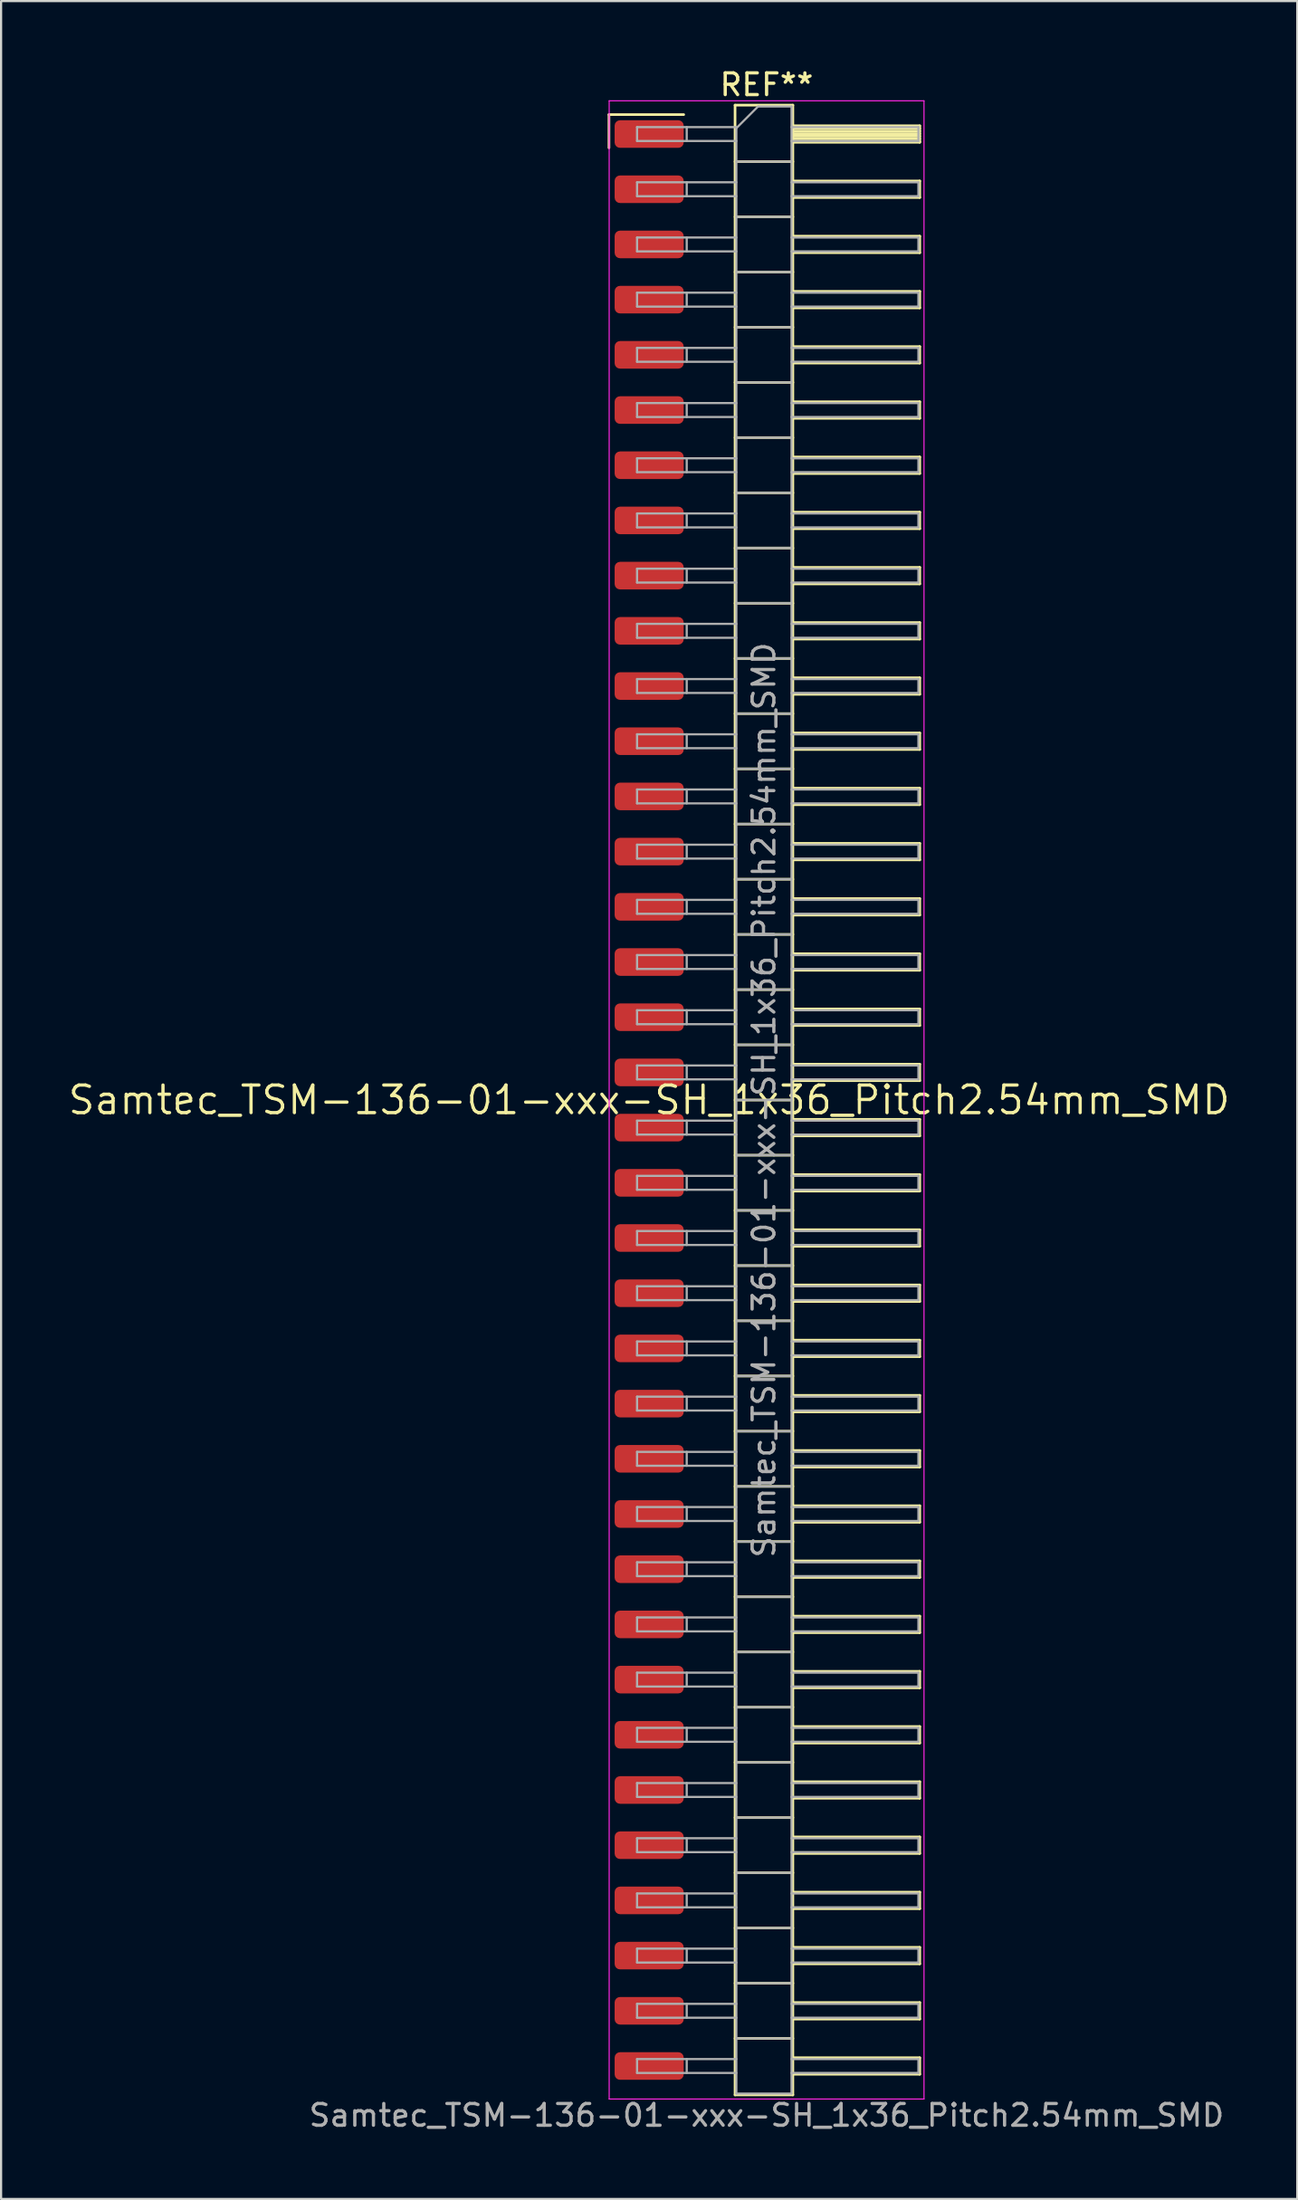
<source format=kicad_pcb>
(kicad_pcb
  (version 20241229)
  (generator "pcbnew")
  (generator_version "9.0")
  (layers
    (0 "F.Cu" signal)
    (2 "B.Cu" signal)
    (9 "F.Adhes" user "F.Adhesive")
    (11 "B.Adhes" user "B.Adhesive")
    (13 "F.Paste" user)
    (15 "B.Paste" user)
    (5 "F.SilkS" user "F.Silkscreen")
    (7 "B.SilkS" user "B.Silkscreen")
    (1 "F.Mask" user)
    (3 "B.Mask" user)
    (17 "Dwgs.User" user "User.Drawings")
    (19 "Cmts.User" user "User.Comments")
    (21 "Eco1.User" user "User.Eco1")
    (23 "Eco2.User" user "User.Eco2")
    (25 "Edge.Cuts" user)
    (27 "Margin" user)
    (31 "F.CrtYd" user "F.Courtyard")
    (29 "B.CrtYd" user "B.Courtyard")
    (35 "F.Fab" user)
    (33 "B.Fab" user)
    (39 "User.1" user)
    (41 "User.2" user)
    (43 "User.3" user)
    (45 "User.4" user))
  (footprint "Samtec_TSM-136-01-xxx-SH_1x36_Pitch2.54mm_SMD"
    (layer "F.Cu")
    (at 26.828 47.568)
    (property "Reference" "Samtec_TSM-136-01-xxx-SH_1x36_Pitch2.54mm_SMD" (at 0 0 0) (layer "F.SilkS") (effects (font (size 1.27 1.27) (thickness 0.15))))
    (attr smd)
    (fp_line (start -1.85 -45.345) (end 1.59 -45.345) (stroke (width 0.12) (type solid)) (layer "F.SilkS"))
    (fp_line (start -1.85 -43.815) (end -1.85 -45.345) (stroke (width 0.12) (type solid)) (layer "F.SilkS"))
    (fp_line (start 3.953 -45.78) (end 6.613 -45.78) (stroke (width 0.12) (type solid)) (layer "F.SilkS"))
    (fp_line (start 3.953 -43.18) (end 6.613 -43.18) (stroke (width 0.12) (type solid)) (layer "F.SilkS"))
    (fp_line (start 3.953 -40.64) (end 6.613 -40.64) (stroke (width 0.12) (type solid)) (layer "F.SilkS"))
    (fp_line (start 3.953 -38.1) (end 6.613 -38.1) (stroke (width 0.12) (type solid)) (layer "F.SilkS"))
    (fp_line (start 3.953 -35.56) (end 6.613 -35.56) (stroke (width 0.12) (type solid)) (layer "F.SilkS"))
    (fp_line (start 3.953 -33.02) (end 6.613 -33.02) (stroke (width 0.12) (type solid)) (layer "F.SilkS"))
    (fp_line (start 3.953 -30.48) (end 6.613 -30.48) (stroke (width 0.12) (type solid)) (layer "F.SilkS"))
    (fp_line (start 3.953 -27.94) (end 6.613 -27.94) (stroke (width 0.12) (type solid)) (layer "F.SilkS"))
    (fp_line (start 3.953 -25.4) (end 6.613 -25.4) (stroke (width 0.12) (type solid)) (layer "F.SilkS"))
    (fp_line (start 3.953 -22.86) (end 6.613 -22.86) (stroke (width 0.12) (type solid)) (layer "F.SilkS"))
    (fp_line (start 3.953 -20.32) (end 6.613 -20.32) (stroke (width 0.12) (type solid)) (layer "F.SilkS"))
    (fp_line (start 3.953 -17.78) (end 6.613 -17.78) (stroke (width 0.12) (type solid)) (layer "F.SilkS"))
    (fp_line (start 3.953 -15.24) (end 6.613 -15.24) (stroke (width 0.12) (type solid)) (layer "F.SilkS"))
    (fp_line (start 3.953 -12.7) (end 6.613 -12.7) (stroke (width 0.12) (type solid)) (layer "F.SilkS"))
    (fp_line (start 3.953 -10.16) (end 6.613 -10.16) (stroke (width 0.12) (type solid)) (layer "F.SilkS"))
    (fp_line (start 3.953 -7.62) (end 6.613 -7.62) (stroke (width 0.12) (type solid)) (layer "F.SilkS"))
    (fp_line (start 3.953 -5.08) (end 6.613 -5.08) (stroke (width 0.12) (type solid)) (layer "F.SilkS"))
    (fp_line (start 3.953 -2.54) (end 6.613 -2.54) (stroke (width 0.12) (type solid)) (layer "F.SilkS"))
    (fp_line (start 3.953 0) (end 6.613 0) (stroke (width 0.12) (type solid)) (layer "F.SilkS"))
    (fp_line (start 3.953 2.54) (end 6.613 2.54) (stroke (width 0.12) (type solid)) (layer "F.SilkS"))
    (fp_line (start 3.953 5.08) (end 6.613 5.08) (stroke (width 0.12) (type solid)) (layer "F.SilkS"))
    (fp_line (start 3.953 7.62) (end 6.613 7.62) (stroke (width 0.12) (type solid)) (layer "F.SilkS"))
    (fp_line (start 3.953 10.16) (end 6.613 10.16) (stroke (width 0.12) (type solid)) (layer "F.SilkS"))
    (fp_line (start 3.953 12.7) (end 6.613 12.7) (stroke (width 0.12) (type solid)) (layer "F.SilkS"))
    (fp_line (start 3.953 15.24) (end 6.613 15.24) (stroke (width 0.12) (type solid)) (layer "F.SilkS"))
    (fp_line (start 3.953 17.78) (end 6.613 17.78) (stroke (width 0.12) (type solid)) (layer "F.SilkS"))
    (fp_line (start 3.953 20.32) (end 6.613 20.32) (stroke (width 0.12) (type solid)) (layer "F.SilkS"))
    (fp_line (start 3.953 22.86) (end 6.613 22.86) (stroke (width 0.12) (type solid)) (layer "F.SilkS"))
    (fp_line (start 3.953 25.4) (end 6.613 25.4) (stroke (width 0.12) (type solid)) (layer "F.SilkS"))
    (fp_line (start 3.953 27.94) (end 6.613 27.94) (stroke (width 0.12) (type solid)) (layer "F.SilkS"))
    (fp_line (start 3.953 30.48) (end 6.613 30.48) (stroke (width 0.12) (type solid)) (layer "F.SilkS"))
    (fp_line (start 3.953 33.02) (end 6.613 33.02) (stroke (width 0.12) (type solid)) (layer "F.SilkS"))
    (fp_line (start 3.953 35.56) (end 6.613 35.56) (stroke (width 0.12) (type solid)) (layer "F.SilkS"))
    (fp_line (start 3.953 38.1) (end 6.613 38.1) (stroke (width 0.12) (type solid)) (layer "F.SilkS"))
    (fp_line (start 3.953 40.64) (end 6.613 40.64) (stroke (width 0.12) (type solid)) (layer "F.SilkS"))
    (fp_line (start 3.953 43.18) (end 6.613 43.18) (stroke (width 0.12) (type solid)) (layer "F.SilkS"))
    (fp_line (start 3.953 45.78) (end 3.953 -45.78) (stroke (width 0.12) (type solid)) (layer "F.SilkS"))
    (fp_line (start 6.613 -45.78) (end 6.613 45.78) (stroke (width 0.12) (type solid)) (layer "F.SilkS"))
    (fp_line (start 6.613 -44.83) (end 12.453 -44.83) (stroke (width 0.12) (type solid)) (layer "F.SilkS"))
    (fp_line (start 6.613 -44.71) (end 12.453 -44.71) (stroke (width 0.12) (type solid)) (layer "F.SilkS"))
    (fp_line (start 6.613 -44.59) (end 12.453 -44.59) (stroke (width 0.12) (type solid)) (layer "F.SilkS"))
    (fp_line (start 6.613 -44.47) (end 12.453 -44.47) (stroke (width 0.12) (type solid)) (layer "F.SilkS"))
    (fp_line (start 6.613 -44.35) (end 12.453 -44.35) (stroke (width 0.12) (type solid)) (layer "F.SilkS"))
    (fp_line (start 6.613 -44.23) (end 12.453 -44.23) (stroke (width 0.12) (type solid)) (layer "F.SilkS"))
    (fp_line (start 6.613 -44.11) (end 12.453 -44.11) (stroke (width 0.12) (type solid)) (layer "F.SilkS"))
    (fp_line (start 6.613 -44.07) (end 12.453 -44.07) (stroke (width 0.12) (type solid)) (layer "F.SilkS"))
    (fp_line (start 6.613 -42.29) (end 12.453 -42.29) (stroke (width 0.12) (type solid)) (layer "F.SilkS"))
    (fp_line (start 6.613 -41.53) (end 12.453 -41.53) (stroke (width 0.12) (type solid)) (layer "F.SilkS"))
    (fp_line (start 6.613 -39.75) (end 12.453 -39.75) (stroke (width 0.12) (type solid)) (layer "F.SilkS"))
    (fp_line (start 6.613 -38.99) (end 12.453 -38.99) (stroke (width 0.12) (type solid)) (layer "F.SilkS"))
    (fp_line (start 6.613 -37.21) (end 12.453 -37.21) (stroke (width 0.12) (type solid)) (layer "F.SilkS"))
    (fp_line (start 6.613 -36.45) (end 12.453 -36.45) (stroke (width 0.12) (type solid)) (layer "F.SilkS"))
    (fp_line (start 6.613 -34.67) (end 12.453 -34.67) (stroke (width 0.12) (type solid)) (layer "F.SilkS"))
    (fp_line (start 6.613 -33.91) (end 12.453 -33.91) (stroke (width 0.12) (type solid)) (layer "F.SilkS"))
    (fp_line (start 6.613 -32.13) (end 12.453 -32.13) (stroke (width 0.12) (type solid)) (layer "F.SilkS"))
    (fp_line (start 6.613 -31.37) (end 12.453 -31.37) (stroke (width 0.12) (type solid)) (layer "F.SilkS"))
    (fp_line (start 6.613 -29.59) (end 12.453 -29.59) (stroke (width 0.12) (type solid)) (layer "F.SilkS"))
    (fp_line (start 6.613 -28.83) (end 12.453 -28.83) (stroke (width 0.12) (type solid)) (layer "F.SilkS"))
    (fp_line (start 6.613 -27.05) (end 12.453 -27.05) (stroke (width 0.12) (type solid)) (layer "F.SilkS"))
    (fp_line (start 6.613 -26.29) (end 12.453 -26.29) (stroke (width 0.12) (type solid)) (layer "F.SilkS"))
    (fp_line (start 6.613 -24.51) (end 12.453 -24.51) (stroke (width 0.12) (type solid)) (layer "F.SilkS"))
    (fp_line (start 6.613 -23.75) (end 12.453 -23.75) (stroke (width 0.12) (type solid)) (layer "F.SilkS"))
    (fp_line (start 6.613 -21.97) (end 12.453 -21.97) (stroke (width 0.12) (type solid)) (layer "F.SilkS"))
    (fp_line (start 6.613 -21.21) (end 12.453 -21.21) (stroke (width 0.12) (type solid)) (layer "F.SilkS"))
    (fp_line (start 6.613 -19.43) (end 12.453 -19.43) (stroke (width 0.12) (type solid)) (layer "F.SilkS"))
    (fp_line (start 6.613 -18.67) (end 12.453 -18.67) (stroke (width 0.12) (type solid)) (layer "F.SilkS"))
    (fp_line (start 6.613 -16.89) (end 12.453 -16.89) (stroke (width 0.12) (type solid)) (layer "F.SilkS"))
    (fp_line (start 6.613 -16.13) (end 12.453 -16.13) (stroke (width 0.12) (type solid)) (layer "F.SilkS"))
    (fp_line (start 6.613 -14.35) (end 12.453 -14.35) (stroke (width 0.12) (type solid)) (layer "F.SilkS"))
    (fp_line (start 6.613 -13.59) (end 12.453 -13.59) (stroke (width 0.12) (type solid)) (layer "F.SilkS"))
    (fp_line (start 6.613 -11.81) (end 12.453 -11.81) (stroke (width 0.12) (type solid)) (layer "F.SilkS"))
    (fp_line (start 6.613 -11.05) (end 12.453 -11.05) (stroke (width 0.12) (type solid)) (layer "F.SilkS"))
    (fp_line (start 6.613 -9.27) (end 12.453 -9.27) (stroke (width 0.12) (type solid)) (layer "F.SilkS"))
    (fp_line (start 6.613 -8.51) (end 12.453 -8.51) (stroke (width 0.12) (type solid)) (layer "F.SilkS"))
    (fp_line (start 6.613 -6.73) (end 12.453 -6.73) (stroke (width 0.12) (type solid)) (layer "F.SilkS"))
    (fp_line (start 6.613 -5.97) (end 12.453 -5.97) (stroke (width 0.12) (type solid)) (layer "F.SilkS"))
    (fp_line (start 6.613 -4.19) (end 12.453 -4.19) (stroke (width 0.12) (type solid)) (layer "F.SilkS"))
    (fp_line (start 6.613 -3.43) (end 12.453 -3.43) (stroke (width 0.12) (type solid)) (layer "F.SilkS"))
    (fp_line (start 6.613 -1.65) (end 12.453 -1.65) (stroke (width 0.12) (type solid)) (layer "F.SilkS"))
    (fp_line (start 6.613 -0.89) (end 12.453 -0.89) (stroke (width 0.12) (type solid)) (layer "F.SilkS"))
    (fp_line (start 6.613 0.89) (end 12.453 0.89) (stroke (width 0.12) (type solid)) (layer "F.SilkS"))
    (fp_line (start 6.613 1.65) (end 12.453 1.65) (stroke (width 0.12) (type solid)) (layer "F.SilkS"))
    (fp_line (start 6.613 3.43) (end 12.453 3.43) (stroke (width 0.12) (type solid)) (layer "F.SilkS"))
    (fp_line (start 6.613 4.19) (end 12.453 4.19) (stroke (width 0.12) (type solid)) (layer "F.SilkS"))
    (fp_line (start 6.613 5.97) (end 12.453 5.97) (stroke (width 0.12) (type solid)) (layer "F.SilkS"))
    (fp_line (start 6.613 6.73) (end 12.453 6.73) (stroke (width 0.12) (type solid)) (layer "F.SilkS"))
    (fp_line (start 6.613 8.51) (end 12.453 8.51) (stroke (width 0.12) (type solid)) (layer "F.SilkS"))
    (fp_line (start 6.613 9.27) (end 12.453 9.27) (stroke (width 0.12) (type solid)) (layer "F.SilkS"))
    (fp_line (start 6.613 11.05) (end 12.453 11.05) (stroke (width 0.12) (type solid)) (layer "F.SilkS"))
    (fp_line (start 6.613 11.81) (end 12.453 11.81) (stroke (width 0.12) (type solid)) (layer "F.SilkS"))
    (fp_line (start 6.613 13.59) (end 12.453 13.59) (stroke (width 0.12) (type solid)) (layer "F.SilkS"))
    (fp_line (start 6.613 14.35) (end 12.453 14.35) (stroke (width 0.12) (type solid)) (layer "F.SilkS"))
    (fp_line (start 6.613 16.13) (end 12.453 16.13) (stroke (width 0.12) (type solid)) (layer "F.SilkS"))
    (fp_line (start 6.613 16.89) (end 12.453 16.89) (stroke (width 0.12) (type solid)) (layer "F.SilkS"))
    (fp_line (start 6.613 18.67) (end 12.453 18.67) (stroke (width 0.12) (type solid)) (layer "F.SilkS"))
    (fp_line (start 6.613 19.43) (end 12.453 19.43) (stroke (width 0.12) (type solid)) (layer "F.SilkS"))
    (fp_line (start 6.613 21.21) (end 12.453 21.21) (stroke (width 0.12) (type solid)) (layer "F.SilkS"))
    (fp_line (start 6.613 21.97) (end 12.453 21.97) (stroke (width 0.12) (type solid)) (layer "F.SilkS"))
    (fp_line (start 6.613 23.75) (end 12.453 23.75) (stroke (width 0.12) (type solid)) (layer "F.SilkS"))
    (fp_line (start 6.613 24.51) (end 12.453 24.51) (stroke (width 0.12) (type solid)) (layer "F.SilkS"))
    (fp_line (start 6.613 26.29) (end 12.453 26.29) (stroke (width 0.12) (type solid)) (layer "F.SilkS"))
    (fp_line (start 6.613 27.05) (end 12.453 27.05) (stroke (width 0.12) (type solid)) (layer "F.SilkS"))
    (fp_line (start 6.613 28.83) (end 12.453 28.83) (stroke (width 0.12) (type solid)) (layer "F.SilkS"))
    (fp_line (start 6.613 29.59) (end 12.453 29.59) (stroke (width 0.12) (type solid)) (layer "F.SilkS"))
    (fp_line (start 6.613 31.37) (end 12.453 31.37) (stroke (width 0.12) (type solid)) (layer "F.SilkS"))
    (fp_line (start 6.613 32.13) (end 12.453 32.13) (stroke (width 0.12) (type solid)) (layer "F.SilkS"))
    (fp_line (start 6.613 33.91) (end 12.453 33.91) (stroke (width 0.12) (type solid)) (layer "F.SilkS"))
    (fp_line (start 6.613 34.67) (end 12.453 34.67) (stroke (width 0.12) (type solid)) (layer "F.SilkS"))
    (fp_line (start 6.613 36.45) (end 12.453 36.45) (stroke (width 0.12) (type solid)) (layer "F.SilkS"))
    (fp_line (start 6.613 37.21) (end 12.453 37.21) (stroke (width 0.12) (type solid)) (layer "F.SilkS"))
    (fp_line (start 6.613 38.99) (end 12.453 38.99) (stroke (width 0.12) (type solid)) (layer "F.SilkS"))
    (fp_line (start 6.613 39.75) (end 12.453 39.75) (stroke (width 0.12) (type solid)) (layer "F.SilkS"))
    (fp_line (start 6.613 41.53) (end 12.453 41.53) (stroke (width 0.12) (type solid)) (layer "F.SilkS"))
    (fp_line (start 6.613 42.29) (end 12.453 42.29) (stroke (width 0.12) (type solid)) (layer "F.SilkS"))
    (fp_line (start 6.613 44.07) (end 12.453 44.07) (stroke (width 0.12) (type solid)) (layer "F.SilkS"))
    (fp_line (start 6.613 44.83) (end 12.453 44.83) (stroke (width 0.12) (type solid)) (layer "F.SilkS"))
    (fp_line (start 6.613 45.78) (end 3.953 45.78) (stroke (width 0.12) (type solid)) (layer "F.SilkS"))
    (fp_line (start 12.453 -44.83) (end 12.453 -44.07) (stroke (width 0.12) (type solid)) (layer "F.SilkS"))
    (fp_line (start 12.453 -42.29) (end 12.453 -41.53) (stroke (width 0.12) (type solid)) (layer "F.SilkS"))
    (fp_line (start 12.453 -39.75) (end 12.453 -38.99) (stroke (width 0.12) (type solid)) (layer "F.SilkS"))
    (fp_line (start 12.453 -37.21) (end 12.453 -36.45) (stroke (width 0.12) (type solid)) (layer "F.SilkS"))
    (fp_line (start 12.453 -34.67) (end 12.453 -33.91) (stroke (width 0.12) (type solid)) (layer "F.SilkS"))
    (fp_line (start 12.453 -32.13) (end 12.453 -31.37) (stroke (width 0.12) (type solid)) (layer "F.SilkS"))
    (fp_line (start 12.453 -29.59) (end 12.453 -28.83) (stroke (width 0.12) (type solid)) (layer "F.SilkS"))
    (fp_line (start 12.453 -27.05) (end 12.453 -26.29) (stroke (width 0.12) (type solid)) (layer "F.SilkS"))
    (fp_line (start 12.453 -24.51) (end 12.453 -23.75) (stroke (width 0.12) (type solid)) (layer "F.SilkS"))
    (fp_line (start 12.453 -21.97) (end 12.453 -21.21) (stroke (width 0.12) (type solid)) (layer "F.SilkS"))
    (fp_line (start 12.453 -19.43) (end 12.453 -18.67) (stroke (width 0.12) (type solid)) (layer "F.SilkS"))
    (fp_line (start 12.453 -16.89) (end 12.453 -16.13) (stroke (width 0.12) (type solid)) (layer "F.SilkS"))
    (fp_line (start 12.453 -14.35) (end 12.453 -13.59) (stroke (width 0.12) (type solid)) (layer "F.SilkS"))
    (fp_line (start 12.453 -11.81) (end 12.453 -11.05) (stroke (width 0.12) (type solid)) (layer "F.SilkS"))
    (fp_line (start 12.453 -9.27) (end 12.453 -8.51) (stroke (width 0.12) (type solid)) (layer "F.SilkS"))
    (fp_line (start 12.453 -6.73) (end 12.453 -5.97) (stroke (width 0.12) (type solid)) (layer "F.SilkS"))
    (fp_line (start 12.453 -4.19) (end 12.453 -3.43) (stroke (width 0.12) (type solid)) (layer "F.SilkS"))
    (fp_line (start 12.453 -1.65) (end 12.453 -0.89) (stroke (width 0.12) (type solid)) (layer "F.SilkS"))
    (fp_line (start 12.453 0.89) (end 12.453 1.65) (stroke (width 0.12) (type solid)) (layer "F.SilkS"))
    (fp_line (start 12.453 3.43) (end 12.453 4.19) (stroke (width 0.12) (type solid)) (layer "F.SilkS"))
    (fp_line (start 12.453 5.97) (end 12.453 6.73) (stroke (width 0.12) (type solid)) (layer "F.SilkS"))
    (fp_line (start 12.453 8.51) (end 12.453 9.27) (stroke (width 0.12) (type solid)) (layer "F.SilkS"))
    (fp_line (start 12.453 11.05) (end 12.453 11.81) (stroke (width 0.12) (type solid)) (layer "F.SilkS"))
    (fp_line (start 12.453 13.59) (end 12.453 14.35) (stroke (width 0.12) (type solid)) (layer "F.SilkS"))
    (fp_line (start 12.453 16.13) (end 12.453 16.89) (stroke (width 0.12) (type solid)) (layer "F.SilkS"))
    (fp_line (start 12.453 18.67) (end 12.453 19.43) (stroke (width 0.12) (type solid)) (layer "F.SilkS"))
    (fp_line (start 12.453 21.21) (end 12.453 21.97) (stroke (width 0.12) (type solid)) (layer "F.SilkS"))
    (fp_line (start 12.453 23.75) (end 12.453 24.51) (stroke (width 0.12) (type solid)) (layer "F.SilkS"))
    (fp_line (start 12.453 26.29) (end 12.453 27.05) (stroke (width 0.12) (type solid)) (layer "F.SilkS"))
    (fp_line (start 12.453 28.83) (end 12.453 29.59) (stroke (width 0.12) (type solid)) (layer "F.SilkS"))
    (fp_line (start 12.453 31.37) (end 12.453 32.13) (stroke (width 0.12) (type solid)) (layer "F.SilkS"))
    (fp_line (start 12.453 33.91) (end 12.453 34.67) (stroke (width 0.12) (type solid)) (layer "F.SilkS"))
    (fp_line (start 12.453 36.45) (end 12.453 37.21) (stroke (width 0.12) (type solid)) (layer "F.SilkS"))
    (fp_line (start 12.453 38.99) (end 12.453 39.75) (stroke (width 0.12) (type solid)) (layer "F.SilkS"))
    (fp_line (start 12.453 41.53) (end 12.453 42.29) (stroke (width 0.12) (type solid)) (layer "F.SilkS"))
    (fp_line (start 12.453 44.07) (end 12.453 44.83) (stroke (width 0.12) (type solid)) (layer "F.SilkS"))
    (fp_line (start -1.84 -45.98) (end 12.65 -45.98) (stroke (width 0.05) (type solid)) (layer "F.CrtYd"))
    (fp_line (start -1.84 45.97) (end -1.84 -45.98) (stroke (width 0.05) (type solid)) (layer "F.CrtYd"))
    (fp_line (start 12.65 -45.98) (end 12.65 45.97) (stroke (width 0.05) (type solid)) (layer "F.CrtYd"))
    (fp_line (start 12.65 45.97) (end -1.84 45.97) (stroke (width 0.05) (type solid)) (layer "F.CrtYd"))
    (fp_line (start -0.557 -44.77) (end -0.557 -44.13) (stroke (width 0.1) (type solid)) (layer "F.Fab"))
    (fp_line (start -0.557 -44.77) (end 4.013 -44.77) (stroke (width 0.1) (type solid)) (layer "F.Fab"))
    (fp_line (start -0.557 -44.13) (end 4.013 -44.13) (stroke (width 0.1) (type solid)) (layer "F.Fab"))
    (fp_line (start -0.557 -42.23) (end -0.557 -41.59) (stroke (width 0.1) (type solid)) (layer "F.Fab"))
    (fp_line (start -0.557 -42.23) (end 4.013 -42.23) (stroke (width 0.1) (type solid)) (layer "F.Fab"))
    (fp_line (start -0.557 -41.59) (end 4.013 -41.59) (stroke (width 0.1) (type solid)) (layer "F.Fab"))
    (fp_line (start -0.557 -39.69) (end -0.557 -39.05) (stroke (width 0.1) (type solid)) (layer "F.Fab"))
    (fp_line (start -0.557 -39.69) (end 4.013 -39.69) (stroke (width 0.1) (type solid)) (layer "F.Fab"))
    (fp_line (start -0.557 -39.05) (end 4.013 -39.05) (stroke (width 0.1) (type solid)) (layer "F.Fab"))
    (fp_line (start -0.557 -37.15) (end -0.557 -36.51) (stroke (width 0.1) (type solid)) (layer "F.Fab"))
    (fp_line (start -0.557 -37.15) (end 4.013 -37.15) (stroke (width 0.1) (type solid)) (layer "F.Fab"))
    (fp_line (start -0.557 -36.51) (end 4.013 -36.51) (stroke (width 0.1) (type solid)) (layer "F.Fab"))
    (fp_line (start -0.557 -34.61) (end -0.557 -33.97) (stroke (width 0.1) (type solid)) (layer "F.Fab"))
    (fp_line (start -0.557 -34.61) (end 4.013 -34.61) (stroke (width 0.1) (type solid)) (layer "F.Fab"))
    (fp_line (start -0.557 -33.97) (end 4.013 -33.97) (stroke (width 0.1) (type solid)) (layer "F.Fab"))
    (fp_line (start -0.557 -32.07) (end -0.557 -31.43) (stroke (width 0.1) (type solid)) (layer "F.Fab"))
    (fp_line (start -0.557 -32.07) (end 4.013 -32.07) (stroke (width 0.1) (type solid)) (layer "F.Fab"))
    (fp_line (start -0.557 -31.43) (end 4.013 -31.43) (stroke (width 0.1) (type solid)) (layer "F.Fab"))
    (fp_line (start -0.557 -29.53) (end -0.557 -28.89) (stroke (width 0.1) (type solid)) (layer "F.Fab"))
    (fp_line (start -0.557 -29.53) (end 4.013 -29.53) (stroke (width 0.1) (type solid)) (layer "F.Fab"))
    (fp_line (start -0.557 -28.89) (end 4.013 -28.89) (stroke (width 0.1) (type solid)) (layer "F.Fab"))
    (fp_line (start -0.557 -26.99) (end -0.557 -26.35) (stroke (width 0.1) (type solid)) (layer "F.Fab"))
    (fp_line (start -0.557 -26.99) (end 4.013 -26.99) (stroke (width 0.1) (type solid)) (layer "F.Fab"))
    (fp_line (start -0.557 -26.35) (end 4.013 -26.35) (stroke (width 0.1) (type solid)) (layer "F.Fab"))
    (fp_line (start -0.557 -24.45) (end -0.557 -23.81) (stroke (width 0.1) (type solid)) (layer "F.Fab"))
    (fp_line (start -0.557 -24.45) (end 4.013 -24.45) (stroke (width 0.1) (type solid)) (layer "F.Fab"))
    (fp_line (start -0.557 -23.81) (end 4.013 -23.81) (stroke (width 0.1) (type solid)) (layer "F.Fab"))
    (fp_line (start -0.557 -21.91) (end -0.557 -21.27) (stroke (width 0.1) (type solid)) (layer "F.Fab"))
    (fp_line (start -0.557 -21.91) (end 4.013 -21.91) (stroke (width 0.1) (type solid)) (layer "F.Fab"))
    (fp_line (start -0.557 -21.27) (end 4.013 -21.27) (stroke (width 0.1) (type solid)) (layer "F.Fab"))
    (fp_line (start -0.557 -19.37) (end -0.557 -18.73) (stroke (width 0.1) (type solid)) (layer "F.Fab"))
    (fp_line (start -0.557 -19.37) (end 4.013 -19.37) (stroke (width 0.1) (type solid)) (layer "F.Fab"))
    (fp_line (start -0.557 -18.73) (end 4.013 -18.73) (stroke (width 0.1) (type solid)) (layer "F.Fab"))
    (fp_line (start -0.557 -16.83) (end -0.557 -16.19) (stroke (width 0.1) (type solid)) (layer "F.Fab"))
    (fp_line (start -0.557 -16.83) (end 4.013 -16.83) (stroke (width 0.1) (type solid)) (layer "F.Fab"))
    (fp_line (start -0.557 -16.19) (end 4.013 -16.19) (stroke (width 0.1) (type solid)) (layer "F.Fab"))
    (fp_line (start -0.557 -14.29) (end -0.557 -13.65) (stroke (width 0.1) (type solid)) (layer "F.Fab"))
    (fp_line (start -0.557 -14.29) (end 4.013 -14.29) (stroke (width 0.1) (type solid)) (layer "F.Fab"))
    (fp_line (start -0.557 -13.65) (end 4.013 -13.65) (stroke (width 0.1) (type solid)) (layer "F.Fab"))
    (fp_line (start -0.557 -11.75) (end -0.557 -11.11) (stroke (width 0.1) (type solid)) (layer "F.Fab"))
    (fp_line (start -0.557 -11.75) (end 4.013 -11.75) (stroke (width 0.1) (type solid)) (layer "F.Fab"))
    (fp_line (start -0.557 -11.11) (end 4.013 -11.11) (stroke (width 0.1) (type solid)) (layer "F.Fab"))
    (fp_line (start -0.557 -9.21) (end -0.557 -8.57) (stroke (width 0.1) (type solid)) (layer "F.Fab"))
    (fp_line (start -0.557 -9.21) (end 4.013 -9.21) (stroke (width 0.1) (type solid)) (layer "F.Fab"))
    (fp_line (start -0.557 -8.57) (end 4.013 -8.57) (stroke (width 0.1) (type solid)) (layer "F.Fab"))
    (fp_line (start -0.557 -6.67) (end -0.557 -6.03) (stroke (width 0.1) (type solid)) (layer "F.Fab"))
    (fp_line (start -0.557 -6.67) (end 4.013 -6.67) (stroke (width 0.1) (type solid)) (layer "F.Fab"))
    (fp_line (start -0.557 -6.03) (end 4.013 -6.03) (stroke (width 0.1) (type solid)) (layer "F.Fab"))
    (fp_line (start -0.557 -4.13) (end -0.557 -3.49) (stroke (width 0.1) (type solid)) (layer "F.Fab"))
    (fp_line (start -0.557 -4.13) (end 4.013 -4.13) (stroke (width 0.1) (type solid)) (layer "F.Fab"))
    (fp_line (start -0.557 -3.49) (end 4.013 -3.49) (stroke (width 0.1) (type solid)) (layer "F.Fab"))
    (fp_line (start -0.557 -1.59) (end -0.557 -0.95) (stroke (width 0.1) (type solid)) (layer "F.Fab"))
    (fp_line (start -0.557 -1.59) (end 4.013 -1.59) (stroke (width 0.1) (type solid)) (layer "F.Fab"))
    (fp_line (start -0.557 -0.95) (end 4.013 -0.95) (stroke (width 0.1) (type solid)) (layer "F.Fab"))
    (fp_line (start -0.557 0.95) (end -0.557 1.59) (stroke (width 0.1) (type solid)) (layer "F.Fab"))
    (fp_line (start -0.557 0.95) (end 4.013 0.95) (stroke (width 0.1) (type solid)) (layer "F.Fab"))
    (fp_line (start -0.557 1.59) (end 4.013 1.59) (stroke (width 0.1) (type solid)) (layer "F.Fab"))
    (fp_line (start -0.557 3.49) (end -0.557 4.13) (stroke (width 0.1) (type solid)) (layer "F.Fab"))
    (fp_line (start -0.557 3.49) (end 4.013 3.49) (stroke (width 0.1) (type solid)) (layer "F.Fab"))
    (fp_line (start -0.557 4.13) (end 4.013 4.13) (stroke (width 0.1) (type solid)) (layer "F.Fab"))
    (fp_line (start -0.557 6.03) (end -0.557 6.67) (stroke (width 0.1) (type solid)) (layer "F.Fab"))
    (fp_line (start -0.557 6.03) (end 4.013 6.03) (stroke (width 0.1) (type solid)) (layer "F.Fab"))
    (fp_line (start -0.557 6.67) (end 4.013 6.67) (stroke (width 0.1) (type solid)) (layer "F.Fab"))
    (fp_line (start -0.557 8.57) (end -0.557 9.21) (stroke (width 0.1) (type solid)) (layer "F.Fab"))
    (fp_line (start -0.557 8.57) (end 4.013 8.57) (stroke (width 0.1) (type solid)) (layer "F.Fab"))
    (fp_line (start -0.557 9.21) (end 4.013 9.21) (stroke (width 0.1) (type solid)) (layer "F.Fab"))
    (fp_line (start -0.557 11.11) (end -0.557 11.75) (stroke (width 0.1) (type solid)) (layer "F.Fab"))
    (fp_line (start -0.557 11.11) (end 4.013 11.11) (stroke (width 0.1) (type solid)) (layer "F.Fab"))
    (fp_line (start -0.557 11.75) (end 4.013 11.75) (stroke (width 0.1) (type solid)) (layer "F.Fab"))
    (fp_line (start -0.557 13.65) (end -0.557 14.29) (stroke (width 0.1) (type solid)) (layer "F.Fab"))
    (fp_line (start -0.557 13.65) (end 4.013 13.65) (stroke (width 0.1) (type solid)) (layer "F.Fab"))
    (fp_line (start -0.557 14.29) (end 4.013 14.29) (stroke (width 0.1) (type solid)) (layer "F.Fab"))
    (fp_line (start -0.557 16.19) (end -0.557 16.83) (stroke (width 0.1) (type solid)) (layer "F.Fab"))
    (fp_line (start -0.557 16.19) (end 4.013 16.19) (stroke (width 0.1) (type solid)) (layer "F.Fab"))
    (fp_line (start -0.557 16.83) (end 4.013 16.83) (stroke (width 0.1) (type solid)) (layer "F.Fab"))
    (fp_line (start -0.557 18.73) (end -0.557 19.37) (stroke (width 0.1) (type solid)) (layer "F.Fab"))
    (fp_line (start -0.557 18.73) (end 4.013 18.73) (stroke (width 0.1) (type solid)) (layer "F.Fab"))
    (fp_line (start -0.557 19.37) (end 4.013 19.37) (stroke (width 0.1) (type solid)) (layer "F.Fab"))
    (fp_line (start -0.557 21.27) (end -0.557 21.91) (stroke (width 0.1) (type solid)) (layer "F.Fab"))
    (fp_line (start -0.557 21.27) (end 4.013 21.27) (stroke (width 0.1) (type solid)) (layer "F.Fab"))
    (fp_line (start -0.557 21.91) (end 4.013 21.91) (stroke (width 0.1) (type solid)) (layer "F.Fab"))
    (fp_line (start -0.557 23.81) (end -0.557 24.45) (stroke (width 0.1) (type solid)) (layer "F.Fab"))
    (fp_line (start -0.557 23.81) (end 4.013 23.81) (stroke (width 0.1) (type solid)) (layer "F.Fab"))
    (fp_line (start -0.557 24.45) (end 4.013 24.45) (stroke (width 0.1) (type solid)) (layer "F.Fab"))
    (fp_line (start -0.557 26.35) (end -0.557 26.99) (stroke (width 0.1) (type solid)) (layer "F.Fab"))
    (fp_line (start -0.557 26.35) (end 4.013 26.35) (stroke (width 0.1) (type solid)) (layer "F.Fab"))
    (fp_line (start -0.557 26.99) (end 4.013 26.99) (stroke (width 0.1) (type solid)) (layer "F.Fab"))
    (fp_line (start -0.557 28.89) (end -0.557 29.53) (stroke (width 0.1) (type solid)) (layer "F.Fab"))
    (fp_line (start -0.557 28.89) (end 4.013 28.89) (stroke (width 0.1) (type solid)) (layer "F.Fab"))
    (fp_line (start -0.557 29.53) (end 4.013 29.53) (stroke (width 0.1) (type solid)) (layer "F.Fab"))
    (fp_line (start -0.557 31.43) (end -0.557 32.07) (stroke (width 0.1) (type solid)) (layer "F.Fab"))
    (fp_line (start -0.557 31.43) (end 4.013 31.43) (stroke (width 0.1) (type solid)) (layer "F.Fab"))
    (fp_line (start -0.557 32.07) (end 4.013 32.07) (stroke (width 0.1) (type solid)) (layer "F.Fab"))
    (fp_line (start -0.557 33.97) (end -0.557 34.61) (stroke (width 0.1) (type solid)) (layer "F.Fab"))
    (fp_line (start -0.557 33.97) (end 4.013 33.97) (stroke (width 0.1) (type solid)) (layer "F.Fab"))
    (fp_line (start -0.557 34.61) (end 4.013 34.61) (stroke (width 0.1) (type solid)) (layer "F.Fab"))
    (fp_line (start -0.557 36.51) (end -0.557 37.15) (stroke (width 0.1) (type solid)) (layer "F.Fab"))
    (fp_line (start -0.557 36.51) (end 4.013 36.51) (stroke (width 0.1) (type solid)) (layer "F.Fab"))
    (fp_line (start -0.557 37.15) (end 4.013 37.15) (stroke (width 0.1) (type solid)) (layer "F.Fab"))
    (fp_line (start -0.557 39.05) (end -0.557 39.69) (stroke (width 0.1) (type solid)) (layer "F.Fab"))
    (fp_line (start -0.557 39.05) (end 4.013 39.05) (stroke (width 0.1) (type solid)) (layer "F.Fab"))
    (fp_line (start -0.557 39.69) (end 4.013 39.69) (stroke (width 0.1) (type solid)) (layer "F.Fab"))
    (fp_line (start -0.557 41.59) (end -0.557 42.23) (stroke (width 0.1) (type solid)) (layer "F.Fab"))
    (fp_line (start -0.557 41.59) (end 4.013 41.59) (stroke (width 0.1) (type solid)) (layer "F.Fab"))
    (fp_line (start -0.557 42.23) (end 4.013 42.23) (stroke (width 0.1) (type solid)) (layer "F.Fab"))
    (fp_line (start -0.557 44.13) (end -0.557 44.77) (stroke (width 0.1) (type solid)) (layer "F.Fab"))
    (fp_line (start -0.557 44.13) (end 4.013 44.13) (stroke (width 0.1) (type solid)) (layer "F.Fab"))
    (fp_line (start -0.557 44.77) (end 4.013 44.77) (stroke (width 0.1) (type solid)) (layer "F.Fab"))
    (fp_line (start 1.728 -44.77) (end 1.728 -44.13) (stroke (width 0.1) (type solid)) (layer "F.Fab"))
    (fp_line (start 1.728 -42.23) (end 1.728 -41.59) (stroke (width 0.1) (type solid)) (layer "F.Fab"))
    (fp_line (start 1.728 -39.69) (end 1.728 -39.05) (stroke (width 0.1) (type solid)) (layer "F.Fab"))
    (fp_line (start 1.728 -37.15) (end 1.728 -36.51) (stroke (width 0.1) (type solid)) (layer "F.Fab"))
    (fp_line (start 1.728 -34.61) (end 1.728 -33.97) (stroke (width 0.1) (type solid)) (layer "F.Fab"))
    (fp_line (start 1.728 -32.07) (end 1.728 -31.43) (stroke (width 0.1) (type solid)) (layer "F.Fab"))
    (fp_line (start 1.728 -29.53) (end 1.728 -28.89) (stroke (width 0.1) (type solid)) (layer "F.Fab"))
    (fp_line (start 1.728 -26.99) (end 1.728 -26.35) (stroke (width 0.1) (type solid)) (layer "F.Fab"))
    (fp_line (start 1.728 -24.45) (end 1.728 -23.81) (stroke (width 0.1) (type solid)) (layer "F.Fab"))
    (fp_line (start 1.728 -21.91) (end 1.728 -21.27) (stroke (width 0.1) (type solid)) (layer "F.Fab"))
    (fp_line (start 1.728 -19.37) (end 1.728 -18.73) (stroke (width 0.1) (type solid)) (layer "F.Fab"))
    (fp_line (start 1.728 -16.83) (end 1.728 -16.19) (stroke (width 0.1) (type solid)) (layer "F.Fab"))
    (fp_line (start 1.728 -14.29) (end 1.728 -13.65) (stroke (width 0.1) (type solid)) (layer "F.Fab"))
    (fp_line (start 1.728 -11.75) (end 1.728 -11.11) (stroke (width 0.1) (type solid)) (layer "F.Fab"))
    (fp_line (start 1.728 -9.21) (end 1.728 -8.57) (stroke (width 0.1) (type solid)) (layer "F.Fab"))
    (fp_line (start 1.728 -6.67) (end 1.728 -6.03) (stroke (width 0.1) (type solid)) (layer "F.Fab"))
    (fp_line (start 1.728 -4.13) (end 1.728 -3.49) (stroke (width 0.1) (type solid)) (layer "F.Fab"))
    (fp_line (start 1.728 -1.59) (end 1.728 -0.95) (stroke (width 0.1) (type solid)) (layer "F.Fab"))
    (fp_line (start 1.728 0.95) (end 1.728 1.59) (stroke (width 0.1) (type solid)) (layer "F.Fab"))
    (fp_line (start 1.728 3.49) (end 1.728 4.13) (stroke (width 0.1) (type solid)) (layer "F.Fab"))
    (fp_line (start 1.728 6.03) (end 1.728 6.67) (stroke (width 0.1) (type solid)) (layer "F.Fab"))
    (fp_line (start 1.728 8.57) (end 1.728 9.21) (stroke (width 0.1) (type solid)) (layer "F.Fab"))
    (fp_line (start 1.728 11.11) (end 1.728 11.75) (stroke (width 0.1) (type solid)) (layer "F.Fab"))
    (fp_line (start 1.728 13.65) (end 1.728 14.29) (stroke (width 0.1) (type solid)) (layer "F.Fab"))
    (fp_line (start 1.728 16.19) (end 1.728 16.83) (stroke (width 0.1) (type solid)) (layer "F.Fab"))
    (fp_line (start 1.728 18.73) (end 1.728 19.37) (stroke (width 0.1) (type solid)) (layer "F.Fab"))
    (fp_line (start 1.728 21.27) (end 1.728 21.91) (stroke (width 0.1) (type solid)) (layer "F.Fab"))
    (fp_line (start 1.728 23.81) (end 1.728 24.45) (stroke (width 0.1) (type solid)) (layer "F.Fab"))
    (fp_line (start 1.728 26.35) (end 1.728 26.99) (stroke (width 0.1) (type solid)) (layer "F.Fab"))
    (fp_line (start 1.728 28.89) (end 1.728 29.53) (stroke (width 0.1) (type solid)) (layer "F.Fab"))
    (fp_line (start 1.728 31.43) (end 1.728 32.07) (stroke (width 0.1) (type solid)) (layer "F.Fab"))
    (fp_line (start 1.728 33.97) (end 1.728 34.61) (stroke (width 0.1) (type solid)) (layer "F.Fab"))
    (fp_line (start 1.728 36.51) (end 1.728 37.15) (stroke (width 0.1) (type solid)) (layer "F.Fab"))
    (fp_line (start 1.728 39.05) (end 1.728 39.69) (stroke (width 0.1) (type solid)) (layer "F.Fab"))
    (fp_line (start 1.728 41.59) (end 1.728 42.23) (stroke (width 0.1) (type solid)) (layer "F.Fab"))
    (fp_line (start 1.728 44.13) (end 1.728 44.77) (stroke (width 0.1) (type solid)) (layer "F.Fab"))
    (fp_line (start 4.013 -44.72) (end 5.013 -45.72) (stroke (width 0.1) (type solid)) (layer "F.Fab"))
    (fp_line (start 4.013 -43.18) (end 6.553 -43.18) (stroke (width 0.1) (type solid)) (layer "F.Fab"))
    (fp_line (start 4.013 -40.64) (end 6.553 -40.64) (stroke (width 0.1) (type solid)) (layer "F.Fab"))
    (fp_line (start 4.013 -38.1) (end 6.553 -38.1) (stroke (width 0.1) (type solid)) (layer "F.Fab"))
    (fp_line (start 4.013 -35.56) (end 6.553 -35.56) (stroke (width 0.1) (type solid)) (layer "F.Fab"))
    (fp_line (start 4.013 -33.02) (end 6.553 -33.02) (stroke (width 0.1) (type solid)) (layer "F.Fab"))
    (fp_line (start 4.013 -30.48) (end 6.553 -30.48) (stroke (width 0.1) (type solid)) (layer "F.Fab"))
    (fp_line (start 4.013 -27.94) (end 6.553 -27.94) (stroke (width 0.1) (type solid)) (layer "F.Fab"))
    (fp_line (start 4.013 -25.4) (end 6.553 -25.4) (stroke (width 0.1) (type solid)) (layer "F.Fab"))
    (fp_line (start 4.013 -22.86) (end 6.553 -22.86) (stroke (width 0.1) (type solid)) (layer "F.Fab"))
    (fp_line (start 4.013 -20.32) (end 6.553 -20.32) (stroke (width 0.1) (type solid)) (layer "F.Fab"))
    (fp_line (start 4.013 -17.78) (end 6.553 -17.78) (stroke (width 0.1) (type solid)) (layer "F.Fab"))
    (fp_line (start 4.013 -15.24) (end 6.553 -15.24) (stroke (width 0.1) (type solid)) (layer "F.Fab"))
    (fp_line (start 4.013 -12.7) (end 6.553 -12.7) (stroke (width 0.1) (type solid)) (layer "F.Fab"))
    (fp_line (start 4.013 -10.16) (end 6.553 -10.16) (stroke (width 0.1) (type solid)) (layer "F.Fab"))
    (fp_line (start 4.013 -7.62) (end 6.553 -7.62) (stroke (width 0.1) (type solid)) (layer "F.Fab"))
    (fp_line (start 4.013 -5.08) (end 6.553 -5.08) (stroke (width 0.1) (type solid)) (layer "F.Fab"))
    (fp_line (start 4.013 -2.54) (end 6.553 -2.54) (stroke (width 0.1) (type solid)) (layer "F.Fab"))
    (fp_line (start 4.013 0) (end 6.553 0) (stroke (width 0.1) (type solid)) (layer "F.Fab"))
    (fp_line (start 4.013 2.54) (end 6.553 2.54) (stroke (width 0.1) (type solid)) (layer "F.Fab"))
    (fp_line (start 4.013 5.08) (end 6.553 5.08) (stroke (width 0.1) (type solid)) (layer "F.Fab"))
    (fp_line (start 4.013 7.62) (end 6.553 7.62) (stroke (width 0.1) (type solid)) (layer "F.Fab"))
    (fp_line (start 4.013 10.16) (end 6.553 10.16) (stroke (width 0.1) (type solid)) (layer "F.Fab"))
    (fp_line (start 4.013 12.7) (end 6.553 12.7) (stroke (width 0.1) (type solid)) (layer "F.Fab"))
    (fp_line (start 4.013 15.24) (end 6.553 15.24) (stroke (width 0.1) (type solid)) (layer "F.Fab"))
    (fp_line (start 4.013 17.78) (end 6.553 17.78) (stroke (width 0.1) (type solid)) (layer "F.Fab"))
    (fp_line (start 4.013 20.32) (end 6.553 20.32) (stroke (width 0.1) (type solid)) (layer "F.Fab"))
    (fp_line (start 4.013 22.86) (end 6.553 22.86) (stroke (width 0.1) (type solid)) (layer "F.Fab"))
    (fp_line (start 4.013 25.4) (end 6.553 25.4) (stroke (width 0.1) (type solid)) (layer "F.Fab"))
    (fp_line (start 4.013 27.94) (end 6.553 27.94) (stroke (width 0.1) (type solid)) (layer "F.Fab"))
    (fp_line (start 4.013 30.48) (end 6.553 30.48) (stroke (width 0.1) (type solid)) (layer "F.Fab"))
    (fp_line (start 4.013 33.02) (end 6.553 33.02) (stroke (width 0.1) (type solid)) (layer "F.Fab"))
    (fp_line (start 4.013 35.56) (end 6.553 35.56) (stroke (width 0.1) (type solid)) (layer "F.Fab"))
    (fp_line (start 4.013 38.1) (end 6.553 38.1) (stroke (width 0.1) (type solid)) (layer "F.Fab"))
    (fp_line (start 4.013 40.64) (end 6.553 40.64) (stroke (width 0.1) (type solid)) (layer "F.Fab"))
    (fp_line (start 4.013 43.18) (end 6.553 43.18) (stroke (width 0.1) (type solid)) (layer "F.Fab"))
    (fp_line (start 4.013 45.72) (end 4.013 -44.72) (stroke (width 0.1) (type solid)) (layer "F.Fab"))
    (fp_line (start 5.013 -45.72) (end 6.553 -45.72) (stroke (width 0.1) (type solid)) (layer "F.Fab"))
    (fp_line (start 6.553 -45.72) (end 6.553 45.72) (stroke (width 0.1) (type solid)) (layer "F.Fab"))
    (fp_line (start 6.553 -44.77) (end 12.393 -44.77) (stroke (width 0.1) (type solid)) (layer "F.Fab"))
    (fp_line (start 6.553 -44.13) (end 12.393 -44.13) (stroke (width 0.1) (type solid)) (layer "F.Fab"))
    (fp_line (start 6.553 -42.23) (end 12.393 -42.23) (stroke (width 0.1) (type solid)) (layer "F.Fab"))
    (fp_line (start 6.553 -41.59) (end 12.393 -41.59) (stroke (width 0.1) (type solid)) (layer "F.Fab"))
    (fp_line (start 6.553 -39.69) (end 12.393 -39.69) (stroke (width 0.1) (type solid)) (layer "F.Fab"))
    (fp_line (start 6.553 -39.05) (end 12.393 -39.05) (stroke (width 0.1) (type solid)) (layer "F.Fab"))
    (fp_line (start 6.553 -37.15) (end 12.393 -37.15) (stroke (width 0.1) (type solid)) (layer "F.Fab"))
    (fp_line (start 6.553 -36.51) (end 12.393 -36.51) (stroke (width 0.1) (type solid)) (layer "F.Fab"))
    (fp_line (start 6.553 -34.61) (end 12.393 -34.61) (stroke (width 0.1) (type solid)) (layer "F.Fab"))
    (fp_line (start 6.553 -33.97) (end 12.393 -33.97) (stroke (width 0.1) (type solid)) (layer "F.Fab"))
    (fp_line (start 6.553 -32.07) (end 12.393 -32.07) (stroke (width 0.1) (type solid)) (layer "F.Fab"))
    (fp_line (start 6.553 -31.43) (end 12.393 -31.43) (stroke (width 0.1) (type solid)) (layer "F.Fab"))
    (fp_line (start 6.553 -29.53) (end 12.393 -29.53) (stroke (width 0.1) (type solid)) (layer "F.Fab"))
    (fp_line (start 6.553 -28.89) (end 12.393 -28.89) (stroke (width 0.1) (type solid)) (layer "F.Fab"))
    (fp_line (start 6.553 -26.99) (end 12.393 -26.99) (stroke (width 0.1) (type solid)) (layer "F.Fab"))
    (fp_line (start 6.553 -26.35) (end 12.393 -26.35) (stroke (width 0.1) (type solid)) (layer "F.Fab"))
    (fp_line (start 6.553 -24.45) (end 12.393 -24.45) (stroke (width 0.1) (type solid)) (layer "F.Fab"))
    (fp_line (start 6.553 -23.81) (end 12.393 -23.81) (stroke (width 0.1) (type solid)) (layer "F.Fab"))
    (fp_line (start 6.553 -21.91) (end 12.393 -21.91) (stroke (width 0.1) (type solid)) (layer "F.Fab"))
    (fp_line (start 6.553 -21.27) (end 12.393 -21.27) (stroke (width 0.1) (type solid)) (layer "F.Fab"))
    (fp_line (start 6.553 -19.37) (end 12.393 -19.37) (stroke (width 0.1) (type solid)) (layer "F.Fab"))
    (fp_line (start 6.553 -18.73) (end 12.393 -18.73) (stroke (width 0.1) (type solid)) (layer "F.Fab"))
    (fp_line (start 6.553 -16.83) (end 12.393 -16.83) (stroke (width 0.1) (type solid)) (layer "F.Fab"))
    (fp_line (start 6.553 -16.19) (end 12.393 -16.19) (stroke (width 0.1) (type solid)) (layer "F.Fab"))
    (fp_line (start 6.553 -14.29) (end 12.393 -14.29) (stroke (width 0.1) (type solid)) (layer "F.Fab"))
    (fp_line (start 6.553 -13.65) (end 12.393 -13.65) (stroke (width 0.1) (type solid)) (layer "F.Fab"))
    (fp_line (start 6.553 -11.75) (end 12.393 -11.75) (stroke (width 0.1) (type solid)) (layer "F.Fab"))
    (fp_line (start 6.553 -11.11) (end 12.393 -11.11) (stroke (width 0.1) (type solid)) (layer "F.Fab"))
    (fp_line (start 6.553 -9.21) (end 12.393 -9.21) (stroke (width 0.1) (type solid)) (layer "F.Fab"))
    (fp_line (start 6.553 -8.57) (end 12.393 -8.57) (stroke (width 0.1) (type solid)) (layer "F.Fab"))
    (fp_line (start 6.553 -6.67) (end 12.393 -6.67) (stroke (width 0.1) (type solid)) (layer "F.Fab"))
    (fp_line (start 6.553 -6.03) (end 12.393 -6.03) (stroke (width 0.1) (type solid)) (layer "F.Fab"))
    (fp_line (start 6.553 -4.13) (end 12.393 -4.13) (stroke (width 0.1) (type solid)) (layer "F.Fab"))
    (fp_line (start 6.553 -3.49) (end 12.393 -3.49) (stroke (width 0.1) (type solid)) (layer "F.Fab"))
    (fp_line (start 6.553 -1.59) (end 12.393 -1.59) (stroke (width 0.1) (type solid)) (layer "F.Fab"))
    (fp_line (start 6.553 -0.95) (end 12.393 -0.95) (stroke (width 0.1) (type solid)) (layer "F.Fab"))
    (fp_line (start 6.553 0.95) (end 12.393 0.95) (stroke (width 0.1) (type solid)) (layer "F.Fab"))
    (fp_line (start 6.553 1.59) (end 12.393 1.59) (stroke (width 0.1) (type solid)) (layer "F.Fab"))
    (fp_line (start 6.553 3.49) (end 12.393 3.49) (stroke (width 0.1) (type solid)) (layer "F.Fab"))
    (fp_line (start 6.553 4.13) (end 12.393 4.13) (stroke (width 0.1) (type solid)) (layer "F.Fab"))
    (fp_line (start 6.553 6.03) (end 12.393 6.03) (stroke (width 0.1) (type solid)) (layer "F.Fab"))
    (fp_line (start 6.553 6.67) (end 12.393 6.67) (stroke (width 0.1) (type solid)) (layer "F.Fab"))
    (fp_line (start 6.553 8.57) (end 12.393 8.57) (stroke (width 0.1) (type solid)) (layer "F.Fab"))
    (fp_line (start 6.553 9.21) (end 12.393 9.21) (stroke (width 0.1) (type solid)) (layer "F.Fab"))
    (fp_line (start 6.553 11.11) (end 12.393 11.11) (stroke (width 0.1) (type solid)) (layer "F.Fab"))
    (fp_line (start 6.553 11.75) (end 12.393 11.75) (stroke (width 0.1) (type solid)) (layer "F.Fab"))
    (fp_line (start 6.553 13.65) (end 12.393 13.65) (stroke (width 0.1) (type solid)) (layer "F.Fab"))
    (fp_line (start 6.553 14.29) (end 12.393 14.29) (stroke (width 0.1) (type solid)) (layer "F.Fab"))
    (fp_line (start 6.553 16.19) (end 12.393 16.19) (stroke (width 0.1) (type solid)) (layer "F.Fab"))
    (fp_line (start 6.553 16.83) (end 12.393 16.83) (stroke (width 0.1) (type solid)) (layer "F.Fab"))
    (fp_line (start 6.553 18.73) (end 12.393 18.73) (stroke (width 0.1) (type solid)) (layer "F.Fab"))
    (fp_line (start 6.553 19.37) (end 12.393 19.37) (stroke (width 0.1) (type solid)) (layer "F.Fab"))
    (fp_line (start 6.553 21.27) (end 12.393 21.27) (stroke (width 0.1) (type solid)) (layer "F.Fab"))
    (fp_line (start 6.553 21.91) (end 12.393 21.91) (stroke (width 0.1) (type solid)) (layer "F.Fab"))
    (fp_line (start 6.553 23.81) (end 12.393 23.81) (stroke (width 0.1) (type solid)) (layer "F.Fab"))
    (fp_line (start 6.553 24.45) (end 12.393 24.45) (stroke (width 0.1) (type solid)) (layer "F.Fab"))
    (fp_line (start 6.553 26.35) (end 12.393 26.35) (stroke (width 0.1) (type solid)) (layer "F.Fab"))
    (fp_line (start 6.553 26.99) (end 12.393 26.99) (stroke (width 0.1) (type solid)) (layer "F.Fab"))
    (fp_line (start 6.553 28.89) (end 12.393 28.89) (stroke (width 0.1) (type solid)) (layer "F.Fab"))
    (fp_line (start 6.553 29.53) (end 12.393 29.53) (stroke (width 0.1) (type solid)) (layer "F.Fab"))
    (fp_line (start 6.553 31.43) (end 12.393 31.43) (stroke (width 0.1) (type solid)) (layer "F.Fab"))
    (fp_line (start 6.553 32.07) (end 12.393 32.07) (stroke (width 0.1) (type solid)) (layer "F.Fab"))
    (fp_line (start 6.553 33.97) (end 12.393 33.97) (stroke (width 0.1) (type solid)) (layer "F.Fab"))
    (fp_line (start 6.553 34.61) (end 12.393 34.61) (stroke (width 0.1) (type solid)) (layer "F.Fab"))
    (fp_line (start 6.553 36.51) (end 12.393 36.51) (stroke (width 0.1) (type solid)) (layer "F.Fab"))
    (fp_line (start 6.553 37.15) (end 12.393 37.15) (stroke (width 0.1) (type solid)) (layer "F.Fab"))
    (fp_line (start 6.553 39.05) (end 12.393 39.05) (stroke (width 0.1) (type solid)) (layer "F.Fab"))
    (fp_line (start 6.553 39.69) (end 12.393 39.69) (stroke (width 0.1) (type solid)) (layer "F.Fab"))
    (fp_line (start 6.553 41.59) (end 12.393 41.59) (stroke (width 0.1) (type solid)) (layer "F.Fab"))
    (fp_line (start 6.553 42.23) (end 12.393 42.23) (stroke (width 0.1) (type solid)) (layer "F.Fab"))
    (fp_line (start 6.553 44.13) (end 12.393 44.13) (stroke (width 0.1) (type solid)) (layer "F.Fab"))
    (fp_line (start 6.553 44.77) (end 12.393 44.77) (stroke (width 0.1) (type solid)) (layer "F.Fab"))
    (fp_line (start 6.553 45.72) (end 4.013 45.72) (stroke (width 0.1) (type solid)) (layer "F.Fab"))
    (fp_line (start 12.393 -44.77) (end 12.393 -44.13) (stroke (width 0.1) (type solid)) (layer "F.Fab"))
    (fp_line (start 12.393 -42.23) (end 12.393 -41.59) (stroke (width 0.1) (type solid)) (layer "F.Fab"))
    (fp_line (start 12.393 -39.69) (end 12.393 -39.05) (stroke (width 0.1) (type solid)) (layer "F.Fab"))
    (fp_line (start 12.393 -37.15) (end 12.393 -36.51) (stroke (width 0.1) (type solid)) (layer "F.Fab"))
    (fp_line (start 12.393 -34.61) (end 12.393 -33.97) (stroke (width 0.1) (type solid)) (layer "F.Fab"))
    (fp_line (start 12.393 -32.07) (end 12.393 -31.43) (stroke (width 0.1) (type solid)) (layer "F.Fab"))
    (fp_line (start 12.393 -29.53) (end 12.393 -28.89) (stroke (width 0.1) (type solid)) (layer "F.Fab"))
    (fp_line (start 12.393 -26.99) (end 12.393 -26.35) (stroke (width 0.1) (type solid)) (layer "F.Fab"))
    (fp_line (start 12.393 -24.45) (end 12.393 -23.81) (stroke (width 0.1) (type solid)) (layer "F.Fab"))
    (fp_line (start 12.393 -21.91) (end 12.393 -21.27) (stroke (width 0.1) (type solid)) (layer "F.Fab"))
    (fp_line (start 12.393 -19.37) (end 12.393 -18.73) (stroke (width 0.1) (type solid)) (layer "F.Fab"))
    (fp_line (start 12.393 -16.83) (end 12.393 -16.19) (stroke (width 0.1) (type solid)) (layer "F.Fab"))
    (fp_line (start 12.393 -14.29) (end 12.393 -13.65) (stroke (width 0.1) (type solid)) (layer "F.Fab"))
    (fp_line (start 12.393 -11.75) (end 12.393 -11.11) (stroke (width 0.1) (type solid)) (layer "F.Fab"))
    (fp_line (start 12.393 -9.21) (end 12.393 -8.57) (stroke (width 0.1) (type solid)) (layer "F.Fab"))
    (fp_line (start 12.393 -6.67) (end 12.393 -6.03) (stroke (width 0.1) (type solid)) (layer "F.Fab"))
    (fp_line (start 12.393 -4.13) (end 12.393 -3.49) (stroke (width 0.1) (type solid)) (layer "F.Fab"))
    (fp_line (start 12.393 -1.59) (end 12.393 -0.95) (stroke (width 0.1) (type solid)) (layer "F.Fab"))
    (fp_line (start 12.393 0.95) (end 12.393 1.59) (stroke (width 0.1) (type solid)) (layer "F.Fab"))
    (fp_line (start 12.393 3.49) (end 12.393 4.13) (stroke (width 0.1) (type solid)) (layer "F.Fab"))
    (fp_line (start 12.393 6.03) (end 12.393 6.67) (stroke (width 0.1) (type solid)) (layer "F.Fab"))
    (fp_line (start 12.393 8.57) (end 12.393 9.21) (stroke (width 0.1) (type solid)) (layer "F.Fab"))
    (fp_line (start 12.393 11.11) (end 12.393 11.75) (stroke (width 0.1) (type solid)) (layer "F.Fab"))
    (fp_line (start 12.393 13.65) (end 12.393 14.29) (stroke (width 0.1) (type solid)) (layer "F.Fab"))
    (fp_line (start 12.393 16.19) (end 12.393 16.83) (stroke (width 0.1) (type solid)) (layer "F.Fab"))
    (fp_line (start 12.393 18.73) (end 12.393 19.37) (stroke (width 0.1) (type solid)) (layer "F.Fab"))
    (fp_line (start 12.393 21.27) (end 12.393 21.91) (stroke (width 0.1) (type solid)) (layer "F.Fab"))
    (fp_line (start 12.393 23.81) (end 12.393 24.45) (stroke (width 0.1) (type solid)) (layer "F.Fab"))
    (fp_line (start 12.393 26.35) (end 12.393 26.99) (stroke (width 0.1) (type solid)) (layer "F.Fab"))
    (fp_line (start 12.393 28.89) (end 12.393 29.53) (stroke (width 0.1) (type solid)) (layer "F.Fab"))
    (fp_line (start 12.393 31.43) (end 12.393 32.07) (stroke (width 0.1) (type solid)) (layer "F.Fab"))
    (fp_line (start 12.393 33.97) (end 12.393 34.61) (stroke (width 0.1) (type solid)) (layer "F.Fab"))
    (fp_line (start 12.393 36.51) (end 12.393 37.15) (stroke (width 0.1) (type solid)) (layer "F.Fab"))
    (fp_line (start 12.393 39.05) (end 12.393 39.69) (stroke (width 0.1) (type solid)) (layer "F.Fab"))
    (fp_line (start 12.393 41.59) (end 12.393 42.23) (stroke (width 0.1) (type solid)) (layer "F.Fab"))
    (fp_line (start 12.393 44.13) (end 12.393 44.77) (stroke (width 0.1) (type solid)) (layer "F.Fab"))
    (fp_text user "REF**" (at 5.405 -46.72 0) (layer "F.SilkS") (effects (font (size 1 1) (thickness 0.15))))
    (fp_text user "${REFERENCE}" (at 5.283 0 90) (layer "F.Fab") (effects (font (size 1 1) (thickness 0.15))))
    (fp_text user "Samtec_TSM-136-01-xxx-SH_1x36_Pitch2.54mm_SMD" (at 5.405 46.72 0) (layer "F.Fab") (effects (font (size 1 1) (thickness 0.15))))
    (pad "1" smd roundrect (at 0 -44.45) (size 3.18 1.27) (layers "F.Cu" "F.Mask" "F.Paste") (roundrect_rratio 0.197))
    (pad "2" smd roundrect (at 0 -41.91) (size 3.18 1.27) (layers "F.Cu" "F.Mask" "F.Paste") (roundrect_rratio 0.197))
    (pad "3" smd roundrect (at 0 -39.37) (size 3.18 1.27) (layers "F.Cu" "F.Mask" "F.Paste") (roundrect_rratio 0.197))
    (pad "4" smd roundrect (at 0 -36.83) (size 3.18 1.27) (layers "F.Cu" "F.Mask" "F.Paste") (roundrect_rratio 0.197))
    (pad "5" smd roundrect (at 0 -34.29) (size 3.18 1.27) (layers "F.Cu" "F.Mask" "F.Paste") (roundrect_rratio 0.197))
    (pad "6" smd roundrect (at 0 -31.75) (size 3.18 1.27) (layers "F.Cu" "F.Mask" "F.Paste") (roundrect_rratio 0.197))
    (pad "7" smd roundrect (at 0 -29.21) (size 3.18 1.27) (layers "F.Cu" "F.Mask" "F.Paste") (roundrect_rratio 0.197))
    (pad "8" smd roundrect (at 0 -26.67) (size 3.18 1.27) (layers "F.Cu" "F.Mask" "F.Paste") (roundrect_rratio 0.197))
    (pad "9" smd roundrect (at 0 -24.13) (size 3.18 1.27) (layers "F.Cu" "F.Mask" "F.Paste") (roundrect_rratio 0.197))
    (pad "10" smd roundrect (at 0 -21.59) (size 3.18 1.27) (layers "F.Cu" "F.Mask" "F.Paste") (roundrect_rratio 0.197))
    (pad "11" smd roundrect (at 0 -19.05) (size 3.18 1.27) (layers "F.Cu" "F.Mask" "F.Paste") (roundrect_rratio 0.197))
    (pad "12" smd roundrect (at 0 -16.51) (size 3.18 1.27) (layers "F.Cu" "F.Mask" "F.Paste") (roundrect_rratio 0.197))
    (pad "13" smd roundrect (at 0 -13.97) (size 3.18 1.27) (layers "F.Cu" "F.Mask" "F.Paste") (roundrect_rratio 0.197))
    (pad "14" smd roundrect (at 0 -11.43) (size 3.18 1.27) (layers "F.Cu" "F.Mask" "F.Paste") (roundrect_rratio 0.197))
    (pad "15" smd roundrect (at 0 -8.89) (size 3.18 1.27) (layers "F.Cu" "F.Mask" "F.Paste") (roundrect_rratio 0.197))
    (pad "16" smd roundrect (at 0 -6.35) (size 3.18 1.27) (layers "F.Cu" "F.Mask" "F.Paste") (roundrect_rratio 0.197))
    (pad "17" smd roundrect (at 0 -3.81) (size 3.18 1.27) (layers "F.Cu" "F.Mask" "F.Paste") (roundrect_rratio 0.197))
    (pad "18" smd roundrect (at 0 -1.27) (size 3.18 1.27) (layers "F.Cu" "F.Mask" "F.Paste") (roundrect_rratio 0.197))
    (pad "19" smd roundrect (at 0 1.27) (size 3.18 1.27) (layers "F.Cu" "F.Mask" "F.Paste") (roundrect_rratio 0.197))
    (pad "20" smd roundrect (at 0 3.81) (size 3.18 1.27) (layers "F.Cu" "F.Mask" "F.Paste") (roundrect_rratio 0.197))
    (pad "21" smd roundrect (at 0 6.35) (size 3.18 1.27) (layers "F.Cu" "F.Mask" "F.Paste") (roundrect_rratio 0.197))
    (pad "22" smd roundrect (at 0 8.89) (size 3.18 1.27) (layers "F.Cu" "F.Mask" "F.Paste") (roundrect_rratio 0.197))
    (pad "23" smd roundrect (at 0 11.43) (size 3.18 1.27) (layers "F.Cu" "F.Mask" "F.Paste") (roundrect_rratio 0.197))
    (pad "24" smd roundrect (at 0 13.97) (size 3.18 1.27) (layers "F.Cu" "F.Mask" "F.Paste") (roundrect_rratio 0.197))
    (pad "25" smd roundrect (at 0 16.51) (size 3.18 1.27) (layers "F.Cu" "F.Mask" "F.Paste") (roundrect_rratio 0.197))
    (pad "26" smd roundrect (at 0 19.05) (size 3.18 1.27) (layers "F.Cu" "F.Mask" "F.Paste") (roundrect_rratio 0.197))
    (pad "27" smd roundrect (at 0 21.59) (size 3.18 1.27) (layers "F.Cu" "F.Mask" "F.Paste") (roundrect_rratio 0.197))
    (pad "28" smd roundrect (at 0 24.13) (size 3.18 1.27) (layers "F.Cu" "F.Mask" "F.Paste") (roundrect_rratio 0.197))
    (pad "29" smd roundrect (at 0 26.67) (size 3.18 1.27) (layers "F.Cu" "F.Mask" "F.Paste") (roundrect_rratio 0.197))
    (pad "30" smd roundrect (at 0 29.21) (size 3.18 1.27) (layers "F.Cu" "F.Mask" "F.Paste") (roundrect_rratio 0.197))
    (pad "31" smd roundrect (at 0 31.75) (size 3.18 1.27) (layers "F.Cu" "F.Mask" "F.Paste") (roundrect_rratio 0.197))
    (pad "32" smd roundrect (at 0 34.29) (size 3.18 1.27) (layers "F.Cu" "F.Mask" "F.Paste") (roundrect_rratio 0.197))
    (pad "33" smd roundrect (at 0 36.83) (size 3.18 1.27) (layers "F.Cu" "F.Mask" "F.Paste") (roundrect_rratio 0.197))
    (pad "34" smd roundrect (at 0 39.37) (size 3.18 1.27) (layers "F.Cu" "F.Mask" "F.Paste") (roundrect_rratio 0.197))
    (pad "35" smd roundrect (at 0 41.91) (size 3.18 1.27) (layers "F.Cu" "F.Mask" "F.Paste") (roundrect_rratio 0.197))
    (pad "36" smd roundrect (at 0 44.45) (size 3.18 1.27) (layers "F.Cu" "F.Mask" "F.Paste") (roundrect_rratio 0.197)))
  (gr_rect
    (start -3 -3)
    (end 56.657 98.136)
    (stroke (width 0.1) (type default))
    (fill no)
    (layer "Edge.Cuts")))
</source>
